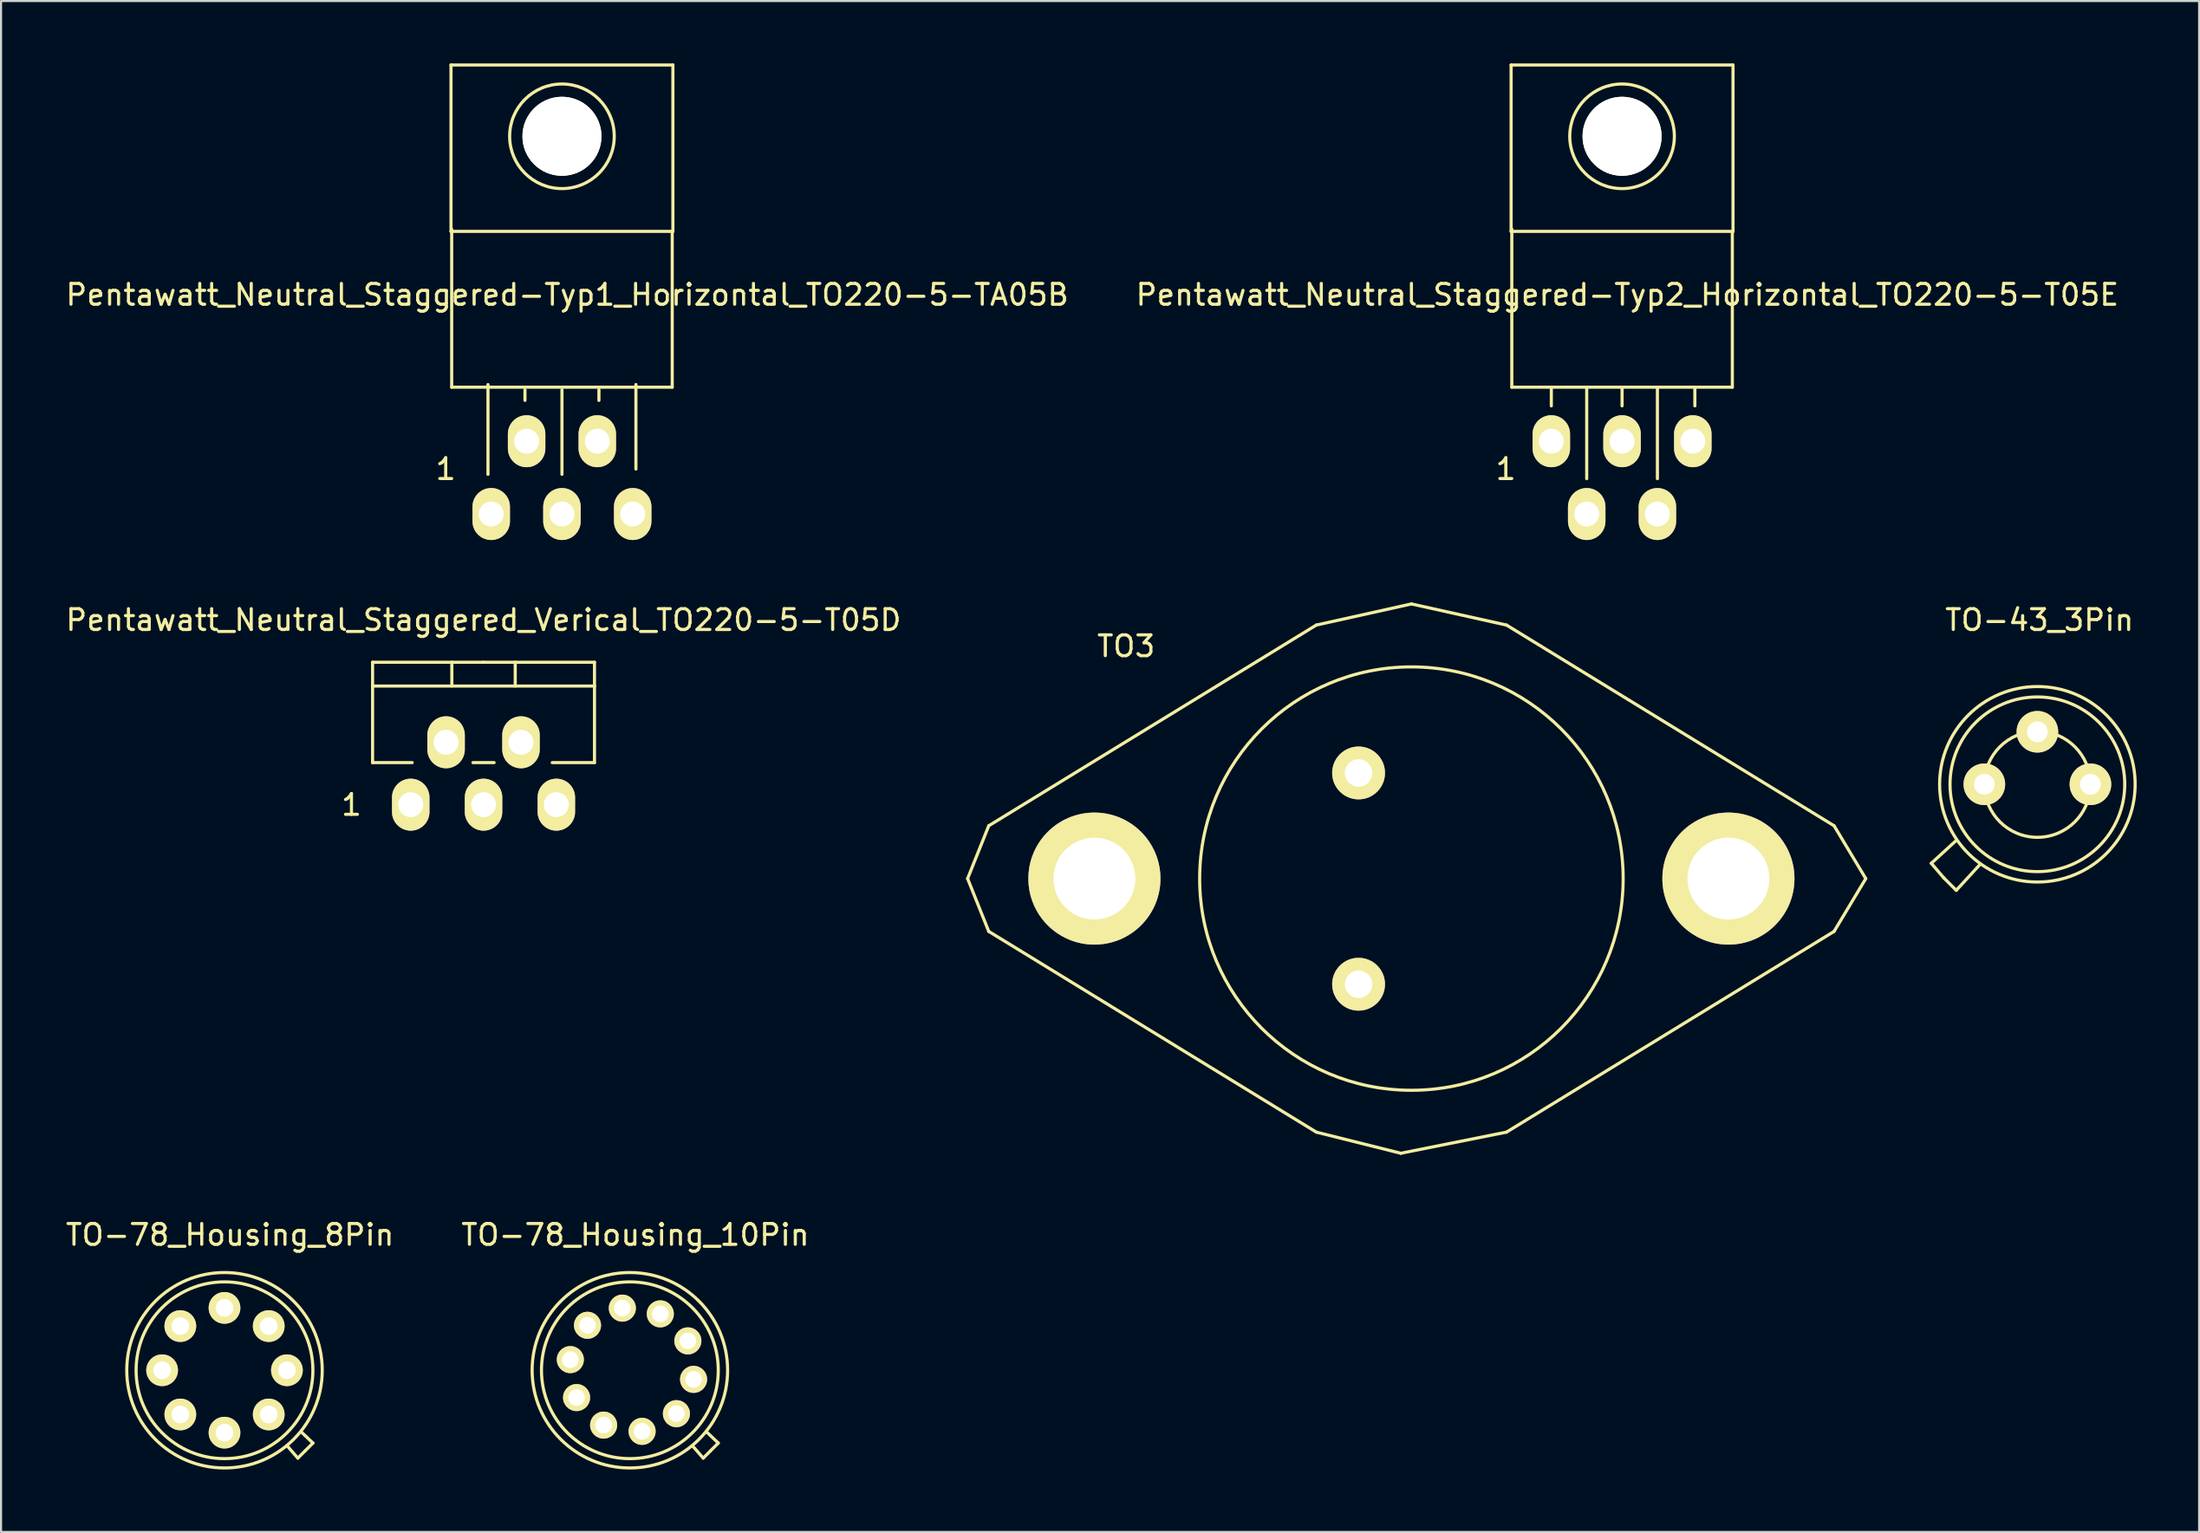
<source format=kicad_pcb>
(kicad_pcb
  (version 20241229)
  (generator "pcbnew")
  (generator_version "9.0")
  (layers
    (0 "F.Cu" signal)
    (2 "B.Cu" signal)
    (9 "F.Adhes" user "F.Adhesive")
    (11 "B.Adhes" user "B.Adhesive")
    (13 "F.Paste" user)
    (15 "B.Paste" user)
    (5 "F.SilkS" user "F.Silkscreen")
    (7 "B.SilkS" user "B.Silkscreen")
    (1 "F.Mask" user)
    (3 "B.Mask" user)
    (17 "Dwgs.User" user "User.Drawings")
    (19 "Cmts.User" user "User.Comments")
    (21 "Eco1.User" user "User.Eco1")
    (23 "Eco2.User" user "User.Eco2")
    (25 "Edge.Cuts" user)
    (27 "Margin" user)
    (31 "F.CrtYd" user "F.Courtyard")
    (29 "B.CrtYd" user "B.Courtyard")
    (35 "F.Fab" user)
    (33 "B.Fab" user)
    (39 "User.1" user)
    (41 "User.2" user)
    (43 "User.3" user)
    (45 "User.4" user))
  (footprint "TO-78_Housing_10Pin"
    (layer "F.Cu")
    (at 27.344 62.806)
    (property "Reference" "TO-78_Housing_10Pin" (at 0.15 -6.475 0) (layer "F.SilkS") (effects (font (size 1 1) (thickness 0.15))))
    (attr through_hole)
    (fp_line (start 3.413 4.263) (end 2.913 3.688) (stroke (width 0.15) (type solid)) (layer "F.SilkS"))
    (fp_line (start 3.763 3.913) (end 3.413 4.263) (stroke (width 0.15) (type solid)) (layer "F.SilkS"))
    (fp_line (start 3.763 3.913) (end 4.138 3.538) (stroke (width 0.15) (type solid)) (layer "F.SilkS"))
    (fp_line (start 4.138 3.538) (end 3.587 3.013) (stroke (width 0.15) (type solid)) (layer "F.SilkS"))
    (fp_circle (center -0.113 0.037) (end -0.113 -4.662) (stroke (width 0.15) (type solid)) (fill no) (layer "F.SilkS"))
    (fp_circle (center -0.113 0.037) (end -0.113 -4.213) (stroke (width 0.15) (type solid)) (fill no) (layer "F.SilkS"))
    (pad "1" thru_hole circle (at 2.95 0.475) (size 1.3 1.3) (drill 0.8) (layers "*.Cu" "*.Mask" "F.SilkS"))
    (pad "2" thru_hole circle (at 2.675 -1.375) (size 1.3 1.3) (drill 0.8) (layers "*.Cu" "*.Mask" "F.SilkS"))
    (pad "3" thru_hole circle (at 1.35 -2.675) (size 1.3 1.3) (drill 0.8) (layers "*.Cu" "*.Mask" "F.SilkS"))
    (pad "4" thru_hole circle (at -0.475 -2.95) (size 1.3 1.3) (drill 0.8) (layers "*.Cu" "*.Mask" "F.SilkS"))
    (pad "5" thru_hole circle (at -2.15 -2.125) (size 1.3 1.3) (drill 0.8) (layers "*.Cu" "*.Mask" "F.SilkS"))
    (pad "6" thru_hole circle (at -2.975 -0.475) (size 1.3 1.3) (drill 0.8) (layers "*.Cu" "*.Mask" "F.SilkS"))
    (pad "7" thru_hole circle (at -2.675 1.35) (size 1.3 1.3) (drill 0.8) (layers "*.Cu" "*.Mask" "F.SilkS"))
    (pad "8" thru_hole circle (at -1.375 2.675) (size 1.3 1.3) (drill 0.8) (layers "*.Cu" "*.Mask" "F.SilkS"))
    (pad "9" thru_hole circle (at 0.475 2.975) (size 1.3 1.3) (drill 0.8) (layers "*.Cu" "*.Mask" "F.SilkS"))
    (pad "10" thru_hole circle (at 2.125 2.125) (size 1.3 1.3) (drill 0.8) (layers "*.Cu" "*.Mask" "F.SilkS")))
  (footprint "Pentawatt_Neutral_Staggered-Typ1_Horizontal_TO220-5-TA05B"
    (layer "F.Cu")
    (at 23.966 20.268)
    (property "Reference" "Pentawatt_Neutral_Staggered-Typ1_Horizontal_TO220-5-TA05B" (at 0.254 -9.144 0) (layer "F.SilkS") (effects (font (size 1 1) (thickness 0.15))))
    (attr through_hole)
    (fp_line (start -5.334 -20.193) (end -5.334 -12.192) (stroke (width 0.15) (type solid)) (layer "F.SilkS"))
    (fp_line (start -5.301 -4.699) (end -5.301 -12.301) (stroke (width 0.15) (type solid)) (layer "F.SilkS"))
    (fp_line (start -5.301 -4.699) (end 5.301 -4.699) (stroke (width 0.15) (type solid)) (layer "F.SilkS"))
    (fp_line (start -3.556 -4.826) (end -3.556 -0.508) (stroke (width 0.15) (type solid)) (layer "F.SilkS"))
    (fp_line (start -1.778 -4.572) (end -1.778 -4.064) (stroke (width 0.15) (type solid)) (layer "F.SilkS"))
    (fp_line (start 0 -4.572) (end 0 -0.508) (stroke (width 0.15) (type solid)) (layer "F.SilkS"))
    (fp_line (start 1.778 -4.572) (end 1.778 -4.064) (stroke (width 0.15) (type solid)) (layer "F.SilkS"))
    (fp_line (start 3.556 -4.826) (end 3.556 -0.762) (stroke (width 0.15) (type solid)) (layer "F.SilkS"))
    (fp_line (start 5.301 -12.2) (end 5.301 -4.699) (stroke (width 0.15) (type solid)) (layer "F.SilkS"))
    (fp_line (start 5.334 -20.193) (end -5.334 -20.193) (stroke (width 0.15) (type solid)) (layer "F.SilkS"))
    (fp_line (start 5.334 -12.192) (end -5.334 -12.192) (stroke (width 0.15) (type solid)) (layer "F.SilkS"))
    (fp_line (start 5.334 -12.192) (end 5.334 -20.193) (stroke (width 0.15) (type solid)) (layer "F.SilkS"))
    (fp_circle (center 0 -16.764) (end 1.778 -14.986) (stroke (width 0.15) (type solid)) (fill no) (layer "F.SilkS"))
    (fp_text user "1" (at -5.588 -0.762 0) (layer "F.SilkS") (effects (font (size 1 1) (thickness 0.15))))
    (pad "" np_thru_hole circle (at 0 -16.764 90) (size 3.8 3.8) (drill 3.8) (layers "*.Cu" "*.Mask" "F.SilkS"))
    (pad "1" thru_hole oval (at -3.401 1.4 90) (size 2.499 1.801) (drill 1.199) (layers "*.Cu" "*.Mask" "F.SilkS"))
    (pad "2" thru_hole oval (at -1.699 -2.101 90) (size 2.499 1.801) (drill 1.199) (layers "*.Cu" "*.Mask" "F.SilkS"))
    (pad "3" thru_hole oval (at 0 1.4 90) (size 2.499 1.801) (drill 1.199) (layers "*.Cu" "*.Mask" "F.SilkS"))
    (pad "4" thru_hole oval (at 1.699 -2.101 90) (size 2.499 1.801) (drill 1.199) (layers "*.Cu" "*.Mask" "F.SilkS"))
    (pad "5" thru_hole oval (at 3.401 1.4 90) (size 2.499 1.801) (drill 1.199) (layers "*.Cu" "*.Mask" "F.SilkS")))
  (footprint "Pentawatt_Neutral_Staggered-Typ2_Horizontal_TO220-5-T05E"
    (layer "F.Cu")
    (at 74.931 20.268)
    (property "Reference" "Pentawatt_Neutral_Staggered-Typ2_Horizontal_TO220-5-T05E" (at 0.254 -9.144 0) (layer "F.SilkS") (effects (font (size 1 1) (thickness 0.15))))
    (attr through_hole)
    (fp_line (start -5.334 -20.193) (end -5.334 -12.192) (stroke (width 0.15) (type solid)) (layer "F.SilkS"))
    (fp_line (start -5.301 -4.699) (end -5.301 -12.301) (stroke (width 0.15) (type solid)) (layer "F.SilkS"))
    (fp_line (start -5.301 -4.699) (end 5.301 -4.699) (stroke (width 0.15) (type solid)) (layer "F.SilkS"))
    (fp_line (start -3.401 -3.8) (end -3.401 -4.699) (stroke (width 0.15) (type solid)) (layer "F.SilkS"))
    (fp_line (start -1.699 -0.3) (end -1.699 -4.699) (stroke (width 0.15) (type solid)) (layer "F.SilkS"))
    (fp_line (start 0 -3.8) (end 0 -4.699) (stroke (width 0.15) (type solid)) (layer "F.SilkS"))
    (fp_line (start 1.699 -0.3) (end 1.699 -4.699) (stroke (width 0.15) (type solid)) (layer "F.SilkS"))
    (fp_line (start 3.5 -3.8) (end 3.5 -4.699) (stroke (width 0.15) (type solid)) (layer "F.SilkS"))
    (fp_line (start 5.301 -12.2) (end 5.301 -4.699) (stroke (width 0.15) (type solid)) (layer "F.SilkS"))
    (fp_line (start 5.334 -20.193) (end -5.334 -20.193) (stroke (width 0.15) (type solid)) (layer "F.SilkS"))
    (fp_line (start 5.334 -12.192) (end -5.334 -12.192) (stroke (width 0.15) (type solid)) (layer "F.SilkS"))
    (fp_line (start 5.334 -12.192) (end 5.334 -20.193) (stroke (width 0.15) (type solid)) (layer "F.SilkS"))
    (fp_circle (center 0 -16.764) (end 1.778 -14.986) (stroke (width 0.15) (type solid)) (fill no) (layer "F.SilkS"))
    (fp_text user "1" (at -5.588 -0.762 0) (layer "F.SilkS") (effects (font (size 1 1) (thickness 0.15))))
    (pad "" np_thru_hole circle (at 0 -16.764 90) (size 3.8 3.8) (drill 3.8) (layers "*.Cu" "*.Mask" "F.SilkS"))
    (pad "1" thru_hole oval (at -3.401 -2.101 90) (size 2.499 1.801) (drill 1.199) (layers "*.Cu" "*.Mask" "F.SilkS"))
    (pad "2" thru_hole oval (at -1.699 1.4 90) (size 2.499 1.801) (drill 1.199) (layers "*.Cu" "*.Mask" "F.SilkS"))
    (pad "3" thru_hole oval (at 0 -2.101 90) (size 2.499 1.801) (drill 1.199) (layers "*.Cu" "*.Mask" "F.SilkS"))
    (pad "4" thru_hole oval (at 1.699 1.4 90) (size 2.499 1.801) (drill 1.199) (layers "*.Cu" "*.Mask" "F.SilkS"))
    (pad "5" thru_hole oval (at 3.401 -2.101 90) (size 2.499 1.801) (drill 1.199) (layers "*.Cu" "*.Mask" "F.SilkS")))
  (footprint "TO-43_3Pin"
    (layer "F.Cu")
    (at 94.898 34.665)
    (property "Reference" "TO-43_3Pin" (at 0.1 -7.9 0) (layer "F.SilkS") (effects (font (size 1 1) (thickness 0.15))))
    (attr through_hole)
    (fp_line (start -5.1 3.8) (end -3.9 2.7) (stroke (width 0.15) (type solid)) (layer "F.SilkS"))
    (fp_line (start -4.5 4.5) (end -5.1 3.8) (stroke (width 0.15) (type solid)) (layer "F.SilkS"))
    (fp_line (start -4.5 4.5) (end -3.9 5.1) (stroke (width 0.15) (type solid)) (layer "F.SilkS"))
    (fp_line (start -3.9 5.1) (end -2.8 3.9) (stroke (width 0.15) (type solid)) (layer "F.SilkS"))
    (fp_circle (center 0 0) (end 2.55 0) (stroke (width 0.15) (type solid)) (fill no) (layer "F.SilkS"))
    (fp_circle (center 0 0) (end 4.2 0) (stroke (width 0.15) (type solid)) (fill no) (layer "F.SilkS"))
    (fp_circle (center 0 0) (end 4.7 0) (stroke (width 0.15) (type solid)) (fill no) (layer "F.SilkS"))
    (pad "1" thru_hole circle (at -2.55 0) (size 2 2) (drill 1) (layers "*.Cu" "*.Mask" "F.SilkS"))
    (pad "2" thru_hole circle (at 0 -2.525) (size 2 2) (drill 1) (layers "*.Cu" "*.Mask" "F.SilkS"))
    (pad "3" thru_hole circle (at 2.55 0) (size 2 2) (drill 1) (layers "*.Cu" "*.Mask" "F.SilkS")))
  (footprint "TO3"
    (layer "F.Cu")
    (at 49.564 39.2)
    (property "Reference" "TO3" (at 1.524 -11.176 0) (layer "F.SilkS") (effects (font (size 1 1) (thickness 0.15))))
    (attr through_hole)
    (fp_line (start -6.096 0) (end -5.08 2.54) (stroke (width 0.15) (type solid)) (layer "F.SilkS"))
    (fp_line (start -5.08 -2.54) (end -6.096 0) (stroke (width 0.15) (type solid)) (layer "F.SilkS"))
    (fp_line (start 10.668 -12.192) (end -5.08 -2.54) (stroke (width 0.15) (type solid)) (layer "F.SilkS"))
    (fp_line (start 10.668 -12.192) (end 15.24 -13.208) (stroke (width 0.15) (type solid)) (layer "F.SilkS"))
    (fp_line (start 10.668 12.192) (end -5.08 2.54) (stroke (width 0.15) (type solid)) (layer "F.SilkS"))
    (fp_line (start 14.732 13.208) (end 10.668 12.192) (stroke (width 0.15) (type solid)) (layer "F.SilkS"))
    (fp_line (start 15.24 -13.208) (end 19.812 -12.192) (stroke (width 0.15) (type solid)) (layer "F.SilkS"))
    (fp_line (start 19.812 -12.192) (end 35.56 -2.54) (stroke (width 0.15) (type solid)) (layer "F.SilkS"))
    (fp_line (start 19.812 12.192) (end 14.732 13.208) (stroke (width 0.15) (type solid)) (layer "F.SilkS"))
    (fp_line (start 19.812 12.192) (end 35.56 2.54) (stroke (width 0.15) (type solid)) (layer "F.SilkS"))
    (fp_line (start 35.56 -2.54) (end 37.084 0) (stroke (width 0.15) (type solid)) (layer "F.SilkS"))
    (fp_line (start 37.084 0) (end 35.56 2.54) (stroke (width 0.15) (type solid)) (layer "F.SilkS"))
    (fp_circle (center 15.24 0) (end 25.4 0.635) (stroke (width 0.15) (type solid)) (fill no) (layer "F.SilkS"))
    (pad "1" thru_hole circle (at 0 0) (size 6.35 6.35) (drill 3.937) (layers "*.Cu" "*.Mask" "F.SilkS"))
    (pad "1" thru_hole circle (at 30.48 0) (size 6.35 6.35) (drill 3.937) (layers "*.Cu" "*.Mask" "F.SilkS"))
    (pad "2" thru_hole circle (at 12.7 -5.08) (size 2.54 2.54) (drill 1.321) (layers "*.Cu" "*.Mask" "F.SilkS"))
    (pad "3" thru_hole circle (at 12.7 5.08) (size 2.54 2.54) (drill 1.321) (layers "*.Cu" "*.Mask" "F.SilkS")))
  (footprint "TO-78_Housing_8Pin"
    (layer "F.Cu")
    (at 7.856 62.806)
    (property "Reference" "TO-78_Housing_8Pin" (at 0.15 -6.475 0) (layer "F.SilkS") (effects (font (size 1 1) (thickness 0.15))))
    (attr through_hole)
    (fp_line (start 3.413 4.263) (end 2.913 3.688) (stroke (width 0.15) (type solid)) (layer "F.SilkS"))
    (fp_line (start 3.763 3.913) (end 3.413 4.263) (stroke (width 0.15) (type solid)) (layer "F.SilkS"))
    (fp_line (start 3.763 3.913) (end 4.138 3.538) (stroke (width 0.15) (type solid)) (layer "F.SilkS"))
    (fp_line (start 4.138 3.538) (end 3.587 3.013) (stroke (width 0.15) (type solid)) (layer "F.SilkS"))
    (fp_circle (center -0.113 0.037) (end -0.113 -4.662) (stroke (width 0.15) (type solid)) (fill no) (layer "F.SilkS"))
    (fp_circle (center -0.113 0.037) (end -0.113 -4.213) (stroke (width 0.15) (type solid)) (fill no) (layer "F.SilkS"))
    (pad "1" thru_hole circle (at -0.113 3.038 90) (size 1.524 1.524) (drill 0.85) (layers "*.Cu" "*.Mask" "F.SilkS"))
    (pad "1" thru_hole circle (at 2.888 0.037 90) (size 1.524 1.524) (drill 0.85) (layers "*.Cu" "*.Mask" "F.SilkS"))
    (pad "2" thru_hole circle (at -2.237 2.163 90) (size 1.524 1.524) (drill 0.85) (layers "*.Cu" "*.Mask" "F.SilkS"))
    (pad "2" thru_hole circle (at 2.013 -2.087 90) (size 1.524 1.524) (drill 0.85) (layers "*.Cu" "*.Mask" "F.SilkS"))
    (pad "3" thru_hole circle (at -3.112 0.037 90) (size 1.524 1.524) (drill 0.85) (layers "*.Cu" "*.Mask" "F.SilkS"))
    (pad "4" thru_hole circle (at -2.237 -2.087 90) (size 1.524 1.524) (drill 0.85) (layers "*.Cu" "*.Mask" "F.SilkS"))
    (pad "5" thru_hole circle (at -0.113 -2.962 90) (size 1.524 1.524) (drill 0.85) (layers "*.Cu" "*.Mask" "F.SilkS"))
    (pad "8" thru_hole circle (at 2.013 2.163 90) (size 1.524 1.524) (drill 0.85) (layers "*.Cu" "*.Mask" "F.SilkS")))
  (footprint "Pentawatt_Neutral_Staggered_Verical_TO220-5-T05D"
    (layer "F.Cu")
    (at 20.196 31.845)
    (property "Reference" "Pentawatt_Neutral_Staggered_Verical_TO220-5-T05D" (at 0 -5.08 0) (layer "F.SilkS") (effects (font (size 1 1) (thickness 0.15))))
    (attr through_hole)
    (fp_line (start -5.334 -1.905) (end -5.334 -3.048) (stroke (width 0.15) (type solid)) (layer "F.SilkS"))
    (fp_line (start -5.334 1.778) (end -5.334 -1.905) (stroke (width 0.15) (type solid)) (layer "F.SilkS"))
    (fp_line (start -5.334 1.778) (end -3.429 1.778) (stroke (width 0.15) (type solid)) (layer "F.SilkS"))
    (fp_line (start -1.524 -3.048) (end -1.524 -1.905) (stroke (width 0.15) (type solid)) (layer "F.SilkS"))
    (fp_line (start -0.508 1.778) (end 0.508 1.778) (stroke (width 0.15) (type solid)) (layer "F.SilkS"))
    (fp_line (start 0 -3.048) (end -5.334 -3.048) (stroke (width 0.15) (type solid)) (layer "F.SilkS"))
    (fp_line (start 0 -3.048) (end 5.334 -3.048) (stroke (width 0.15) (type solid)) (layer "F.SilkS"))
    (fp_line (start 1.524 -3.048) (end 1.524 -1.905) (stroke (width 0.15) (type solid)) (layer "F.SilkS"))
    (fp_line (start 3.302 1.778) (end 5.334 1.778) (stroke (width 0.15) (type solid)) (layer "F.SilkS"))
    (fp_line (start 5.334 -3.048) (end 5.334 -1.905) (stroke (width 0.15) (type solid)) (layer "F.SilkS"))
    (fp_line (start 5.334 -1.905) (end -5.334 -1.905) (stroke (width 0.15) (type solid)) (layer "F.SilkS"))
    (fp_line (start 5.334 -1.905) (end 5.334 1.778) (stroke (width 0.15) (type solid)) (layer "F.SilkS"))
    (fp_text user "1" (at -6.35 3.81 0) (layer "F.SilkS") (effects (font (size 1 1) (thickness 0.15))))
    (pad "1" thru_hole oval (at -3.5 3.8 90) (size 2.499 1.801) (drill 1.199) (layers "*.Cu" "*.Mask" "F.SilkS"))
    (pad "2" thru_hole oval (at -1.801 0.8 90) (size 2.499 1.801) (drill 1.199) (layers "*.Cu" "*.Mask" "F.SilkS"))
    (pad "3" thru_hole oval (at 0 3.8 90) (size 2.499 1.801) (drill 1.199) (layers "*.Cu" "*.Mask" "F.SilkS"))
    (pad "4" thru_hole oval (at 1.801 0.8 90) (size 2.499 1.801) (drill 1.199) (layers "*.Cu" "*.Mask" "F.SilkS"))
    (pad "5" thru_hole oval (at 3.5 3.8 90) (size 2.499 1.801) (drill 1.199) (layers "*.Cu" "*.Mask" "F.SilkS")))
  (gr_rect
    (start -3 -3)
    (end 102.673 70.619)
    (stroke (width 0.1) (type default))
    (fill no)
    (layer "Edge.Cuts")))
</source>
